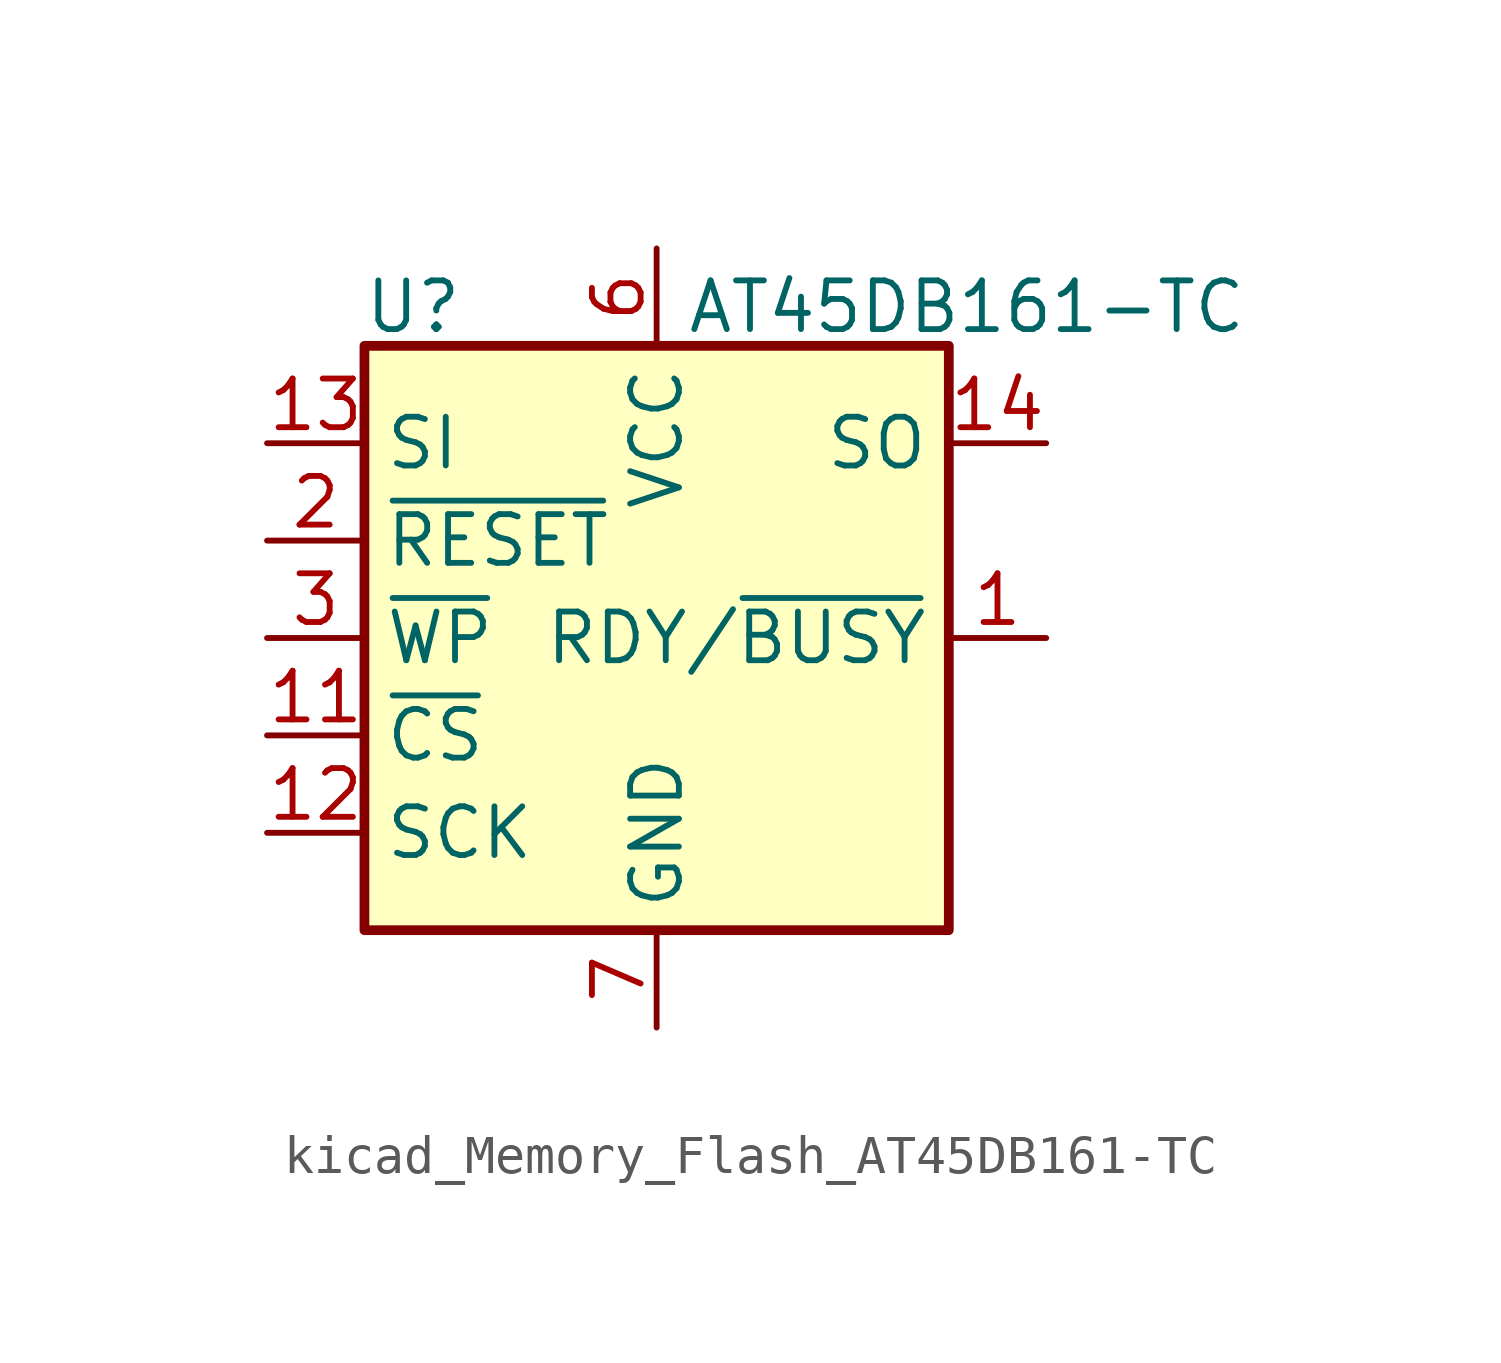
<source format=kicad_sym>
(kicad_symbol_lib
  (version 20220914)
  (generator kicad_symbol_editor)
  (symbol "kicad_Memory_Flash_AT45DB161-TC"
    (property "Reference" "U"
      (at -6.35 8.636 0)
      (effects (font (size 1.27 1.27))))
    (property "Value" "AT45DB161-TC"
      (at 0.762 8.636 0)
      (effects (font (size 1.27 1.27)) (justify left)))
    (symbol "kicad_Memory_Flash_AT45DB161-TC_0_1"
      (rectangle (start -7.62 7.62) (end 7.62 -7.62) (stroke (width 0.254) (type default)) (fill (type background))))
    (symbol "kicad_Memory_Flash_AT45DB161-TC_1_1"
      (pin output line (at 10.16 0 180) (length 2.54) (name "RDY/~{BUSY}" (effects (font (size 1.27 1.27)))) (number "1" (effects (font (size 1.27 1.27)))))
      (pin input line (at -10.16 -2.54 0) (length 2.54) (name "~{CS}" (effects (font (size 1.27 1.27)))) (number "11" (effects (font (size 1.27 1.27)))))
      (pin input line (at -10.16 -5.08 0) (length 2.54) (name "SCK" (effects (font (size 1.27 1.27)))) (number "12" (effects (font (size 1.27 1.27)))))
      (pin input line (at -10.16 5.08 0) (length 2.54) (name "SI" (effects (font (size 1.27 1.27)))) (number "13" (effects (font (size 1.27 1.27)))))
      (pin output line (at 10.16 5.08 180) (length 2.54) (name "SO" (effects (font (size 1.27 1.27)))) (number "14" (effects (font (size 1.27 1.27)))))
      (pin input line (at -10.16 2.54 0) (length 2.54) (name "~{RESET}" (effects (font (size 1.27 1.27)))) (number "2" (effects (font (size 1.27 1.27)))))
      (pin input line (at -10.16 0 0) (length 2.54) (name "~{WP}" (effects (font (size 1.27 1.27)))) (number "3" (effects (font (size 1.27 1.27)))))
      (pin power_in line (at 0 10.16 270) (length 2.54) (name "VCC" (effects (font (size 1.27 1.27)))) (number "6" (effects (font (size 1.27 1.27)))))
      (pin power_in line (at 0 -10.16 90) (length 2.54) (name "GND" (effects (font (size 1.27 1.27)))) (number "7" (effects (font (size 1.27 1.27))))))))
</source>
